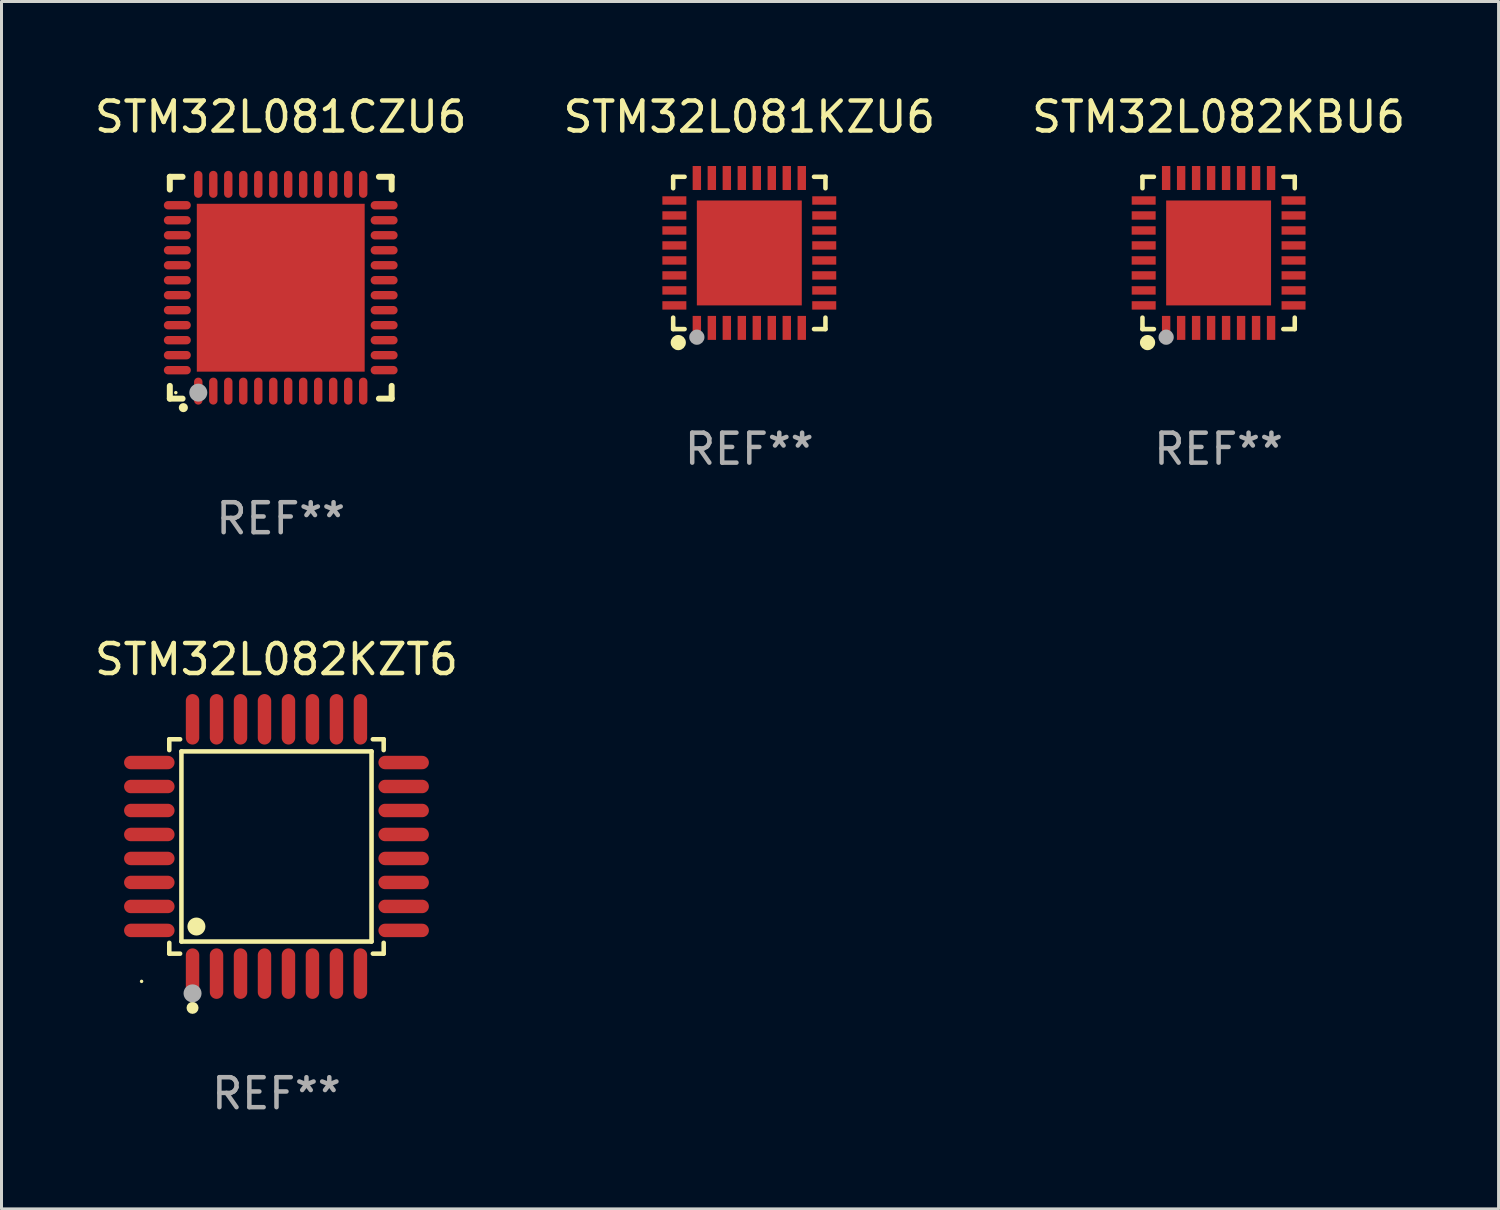
<source format=kicad_pcb>
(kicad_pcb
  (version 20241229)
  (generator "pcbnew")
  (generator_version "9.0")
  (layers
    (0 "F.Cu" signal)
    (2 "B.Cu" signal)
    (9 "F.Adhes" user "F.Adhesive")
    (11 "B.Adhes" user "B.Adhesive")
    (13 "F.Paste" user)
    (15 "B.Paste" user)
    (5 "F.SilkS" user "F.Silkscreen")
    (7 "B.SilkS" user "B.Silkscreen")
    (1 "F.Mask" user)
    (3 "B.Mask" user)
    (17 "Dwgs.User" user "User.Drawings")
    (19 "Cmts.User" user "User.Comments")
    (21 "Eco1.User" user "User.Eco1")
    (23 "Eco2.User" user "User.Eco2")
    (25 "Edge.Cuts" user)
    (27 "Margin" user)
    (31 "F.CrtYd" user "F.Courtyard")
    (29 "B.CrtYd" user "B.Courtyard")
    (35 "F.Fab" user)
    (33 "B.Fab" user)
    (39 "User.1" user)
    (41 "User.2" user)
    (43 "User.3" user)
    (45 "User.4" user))
  (footprint "STM32L082KZT6"
    (layer "F.Cu")
    (at 6.173 25.187)
    (property "Reference" "STM32L082KZT6" (at 0 -6.242 0) (layer "F.SilkS") (effects (font (size 1 1) (thickness 0.15))))
    (attr through_hole)
    (fp_line (start -3.576 -3.576) (end -3.215 -3.576) (stroke (width 0.152) (type solid)) (layer "F.SilkS"))
    (fp_line (start -3.576 -3.215) (end -3.576 -3.576) (stroke (width 0.152) (type solid)) (layer "F.SilkS"))
    (fp_line (start -3.576 3.215) (end -3.576 3.576) (stroke (width 0.152) (type solid)) (layer "F.SilkS"))
    (fp_line (start -3.576 3.576) (end -3.215 3.576) (stroke (width 0.152) (type solid)) (layer "F.SilkS"))
    (fp_line (start -3.171 -3.171) (end 3.171 -3.171) (stroke (width 0.152) (type solid)) (layer "F.SilkS"))
    (fp_line (start -3.171 3.171) (end -3.171 -3.171) (stroke (width 0.152) (type solid)) (layer "F.SilkS"))
    (fp_line (start 3.171 -3.171) (end 3.171 3.171) (stroke (width 0.152) (type solid)) (layer "F.SilkS"))
    (fp_line (start 3.171 3.171) (end -3.171 3.171) (stroke (width 0.152) (type solid)) (layer "F.SilkS"))
    (fp_line (start 3.576 -3.576) (end 3.215 -3.576) (stroke (width 0.152) (type solid)) (layer "F.SilkS"))
    (fp_line (start 3.576 -3.215) (end 3.576 -3.576) (stroke (width 0.152) (type solid)) (layer "F.SilkS"))
    (fp_line (start 3.576 3.215) (end 3.576 3.576) (stroke (width 0.152) (type solid)) (layer "F.SilkS"))
    (fp_line (start 3.576 3.576) (end 3.215 3.576) (stroke (width 0.152) (type solid)) (layer "F.SilkS"))
    (fp_circle (center -4.5 4.5) (end -4.47 4.5) (stroke (width 0.06) (type solid)) (fill no) (layer "F.SilkS"))
    (fp_circle (center -2.8 5.384) (end -2.7 5.384) (stroke (width 0.2) (type solid)) (fill no) (layer "F.SilkS"))
    (fp_circle (center -2.671 2.671) (end -2.521 2.671) (stroke (width 0.3) (type solid)) (fill no) (layer "F.SilkS"))
    (fp_circle (center -2.8 4.9) (end -2.65 4.9) (stroke (width 0.3) (type solid)) (fill no) (layer "F.Fab"))
    (fp_text user "REF**" (at 0 8.242 0) (layer "F.Fab") (effects (font (size 1 1) (thickness 0.15))))
    (pad "1" smd oval (at -2.8 4.242) (size 0.448 1.684) (layers "F.Cu" "F.Mask" "F.Paste"))
    (pad "2" smd oval (at -2 4.242) (size 0.448 1.684) (layers "F.Cu" "F.Mask" "F.Paste"))
    (pad "3" smd oval (at -1.2 4.242) (size 0.448 1.684) (layers "F.Cu" "F.Mask" "F.Paste"))
    (pad "4" smd oval (at -0.4 4.242) (size 0.448 1.684) (layers "F.Cu" "F.Mask" "F.Paste"))
    (pad "5" smd oval (at 0.4 4.242) (size 0.448 1.684) (layers "F.Cu" "F.Mask" "F.Paste"))
    (pad "6" smd oval (at 1.2 4.242) (size 0.448 1.684) (layers "F.Cu" "F.Mask" "F.Paste"))
    (pad "7" smd oval (at 2 4.242) (size 0.448 1.684) (layers "F.Cu" "F.Mask" "F.Paste"))
    (pad "8" smd oval (at 2.8 4.242) (size 0.448 1.684) (layers "F.Cu" "F.Mask" "F.Paste"))
    (pad "9" smd oval (at 4.242 2.8) (size 1.684 0.448) (layers "F.Cu" "F.Mask" "F.Paste"))
    (pad "10" smd oval (at 4.242 2) (size 1.684 0.448) (layers "F.Cu" "F.Mask" "F.Paste"))
    (pad "11" smd oval (at 4.242 1.2) (size 1.684 0.448) (layers "F.Cu" "F.Mask" "F.Paste"))
    (pad "12" smd oval (at 4.242 0.4) (size 1.684 0.448) (layers "F.Cu" "F.Mask" "F.Paste"))
    (pad "13" smd oval (at 4.242 -0.4) (size 1.684 0.448) (layers "F.Cu" "F.Mask" "F.Paste"))
    (pad "14" smd oval (at 4.242 -1.2) (size 1.684 0.448) (layers "F.Cu" "F.Mask" "F.Paste"))
    (pad "15" smd oval (at 4.242 -2) (size 1.684 0.448) (layers "F.Cu" "F.Mask" "F.Paste"))
    (pad "16" smd oval (at 4.242 -2.8) (size 1.684 0.448) (layers "F.Cu" "F.Mask" "F.Paste"))
    (pad "17" smd oval (at 2.8 -4.242) (size 0.448 1.684) (layers "F.Cu" "F.Mask" "F.Paste"))
    (pad "18" smd oval (at 2 -4.242) (size 0.448 1.684) (layers "F.Cu" "F.Mask" "F.Paste"))
    (pad "19" smd oval (at 1.2 -4.242) (size 0.448 1.684) (layers "F.Cu" "F.Mask" "F.Paste"))
    (pad "20" smd oval (at 0.4 -4.242) (size 0.448 1.684) (layers "F.Cu" "F.Mask" "F.Paste"))
    (pad "21" smd oval (at -0.4 -4.242) (size 0.448 1.684) (layers "F.Cu" "F.Mask" "F.Paste"))
    (pad "22" smd oval (at -1.2 -4.242) (size 0.448 1.684) (layers "F.Cu" "F.Mask" "F.Paste"))
    (pad "23" smd oval (at -2 -4.242) (size 0.448 1.684) (layers "F.Cu" "F.Mask" "F.Paste"))
    (pad "24" smd oval (at -2.8 -4.242) (size 0.448 1.684) (layers "F.Cu" "F.Mask" "F.Paste"))
    (pad "25" smd oval (at -4.242 -2.8) (size 1.684 0.448) (layers "F.Cu" "F.Mask" "F.Paste"))
    (pad "26" smd oval (at -4.242 -2) (size 1.684 0.448) (layers "F.Cu" "F.Mask" "F.Paste"))
    (pad "27" smd oval (at -4.242 -1.2) (size 1.684 0.448) (layers "F.Cu" "F.Mask" "F.Paste"))
    (pad "28" smd oval (at -4.242 -0.4) (size 1.684 0.448) (layers "F.Cu" "F.Mask" "F.Paste"))
    (pad "29" smd oval (at -4.242 0.4) (size 1.684 0.448) (layers "F.Cu" "F.Mask" "F.Paste"))
    (pad "30" smd oval (at -4.242 1.2) (size 1.684 0.448) (layers "F.Cu" "F.Mask" "F.Paste"))
    (pad "31" smd oval (at -4.242 2) (size 1.684 0.448) (layers "F.Cu" "F.Mask" "F.Paste"))
    (pad "32" smd oval (at -4.242 2.8) (size 1.684 0.448) (layers "F.Cu" "F.Mask" "F.Paste")))
  (footprint "STM32L082KBU6"
    (layer "F.Cu")
    (at 37.601 5.388)
    (property "Reference" "STM32L082KBU6" (at 0 -4.54 0) (layer "F.SilkS") (effects (font (size 1 1) (thickness 0.15))))
    (attr through_hole)
    (fp_line (start -2.54 -2.54) (end -2.159 -2.54) (stroke (width 0.152) (type solid)) (layer "F.SilkS"))
    (fp_line (start -2.54 -2.159) (end -2.54 -2.54) (stroke (width 0.152) (type solid)) (layer "F.SilkS"))
    (fp_line (start -2.54 2.54) (end -2.54 2.159) (stroke (width 0.152) (type solid)) (layer "F.SilkS"))
    (fp_line (start -2.159 2.54) (end -2.54 2.54) (stroke (width 0.152) (type solid)) (layer "F.SilkS"))
    (fp_line (start 2.159 -2.54) (end 2.54 -2.54) (stroke (width 0.152) (type solid)) (layer "F.SilkS"))
    (fp_line (start 2.54 -2.54) (end 2.54 -2.159) (stroke (width 0.152) (type solid)) (layer "F.SilkS"))
    (fp_line (start 2.54 2.159) (end 2.54 2.54) (stroke (width 0.152) (type solid)) (layer "F.SilkS"))
    (fp_line (start 2.54 2.54) (end 2.159 2.54) (stroke (width 0.152) (type solid)) (layer "F.SilkS"))
    (fp_circle (center -2.5 2.5) (end -2.47 2.5) (stroke (width 0.06) (type solid)) (fill no) (layer "F.SilkS"))
    (fp_circle (center -2.37 2.99) (end -2.243 2.99) (stroke (width 0.254) (type solid)) (fill no) (layer "F.SilkS"))
    (fp_circle (center -1.75 2.81) (end -1.623 2.81) (stroke (width 0.254) (type solid)) (fill no) (layer "F.Fab"))
    (fp_text user "REF**" (at 0 6.54 0) (layer "F.Fab") (effects (font (size 1 1) (thickness 0.15))))
    (pad "1" smd rect (at -1.75 2.5) (size 0.28 0.8) (layers "F.Cu" "F.Mask" "F.Paste"))
    (pad "2" smd rect (at -1.25 2.5) (size 0.28 0.8) (layers "F.Cu" "F.Mask" "F.Paste"))
    (pad "3" smd rect (at -0.75 2.5) (size 0.28 0.8) (layers "F.Cu" "F.Mask" "F.Paste"))
    (pad "4" smd rect (at -0.25 2.5) (size 0.28 0.8) (layers "F.Cu" "F.Mask" "F.Paste"))
    (pad "5" smd rect (at 0.25 2.5) (size 0.28 0.8) (layers "F.Cu" "F.Mask" "F.Paste"))
    (pad "6" smd rect (at 0.75 2.5) (size 0.28 0.8) (layers "F.Cu" "F.Mask" "F.Paste"))
    (pad "7" smd rect (at 1.25 2.5) (size 0.28 0.8) (layers "F.Cu" "F.Mask" "F.Paste"))
    (pad "8" smd rect (at 1.75 2.5) (size 0.28 0.8) (layers "F.Cu" "F.Mask" "F.Paste"))
    (pad "9" smd rect (at 2.5 1.75) (size 0.8 0.28) (layers "F.Cu" "F.Mask" "F.Paste"))
    (pad "10" smd rect (at 2.5 1.25) (size 0.8 0.28) (layers "F.Cu" "F.Mask" "F.Paste"))
    (pad "11" smd rect (at 2.5 0.75) (size 0.8 0.28) (layers "F.Cu" "F.Mask" "F.Paste"))
    (pad "12" smd rect (at 2.5 0.25) (size 0.8 0.28) (layers "F.Cu" "F.Mask" "F.Paste"))
    (pad "13" smd rect (at 2.5 -0.25) (size 0.8 0.28) (layers "F.Cu" "F.Mask" "F.Paste"))
    (pad "14" smd rect (at 2.5 -0.75) (size 0.8 0.28) (layers "F.Cu" "F.Mask" "F.Paste"))
    (pad "15" smd rect (at 2.5 -1.25) (size 0.8 0.28) (layers "F.Cu" "F.Mask" "F.Paste"))
    (pad "16" smd rect (at 2.5 -1.75) (size 0.8 0.28) (layers "F.Cu" "F.Mask" "F.Paste"))
    (pad "17" smd rect (at 1.75 -2.5) (size 0.28 0.8) (layers "F.Cu" "F.Mask" "F.Paste"))
    (pad "18" smd rect (at 1.25 -2.5) (size 0.28 0.8) (layers "F.Cu" "F.Mask" "F.Paste"))
    (pad "19" smd rect (at 0.75 -2.5) (size 0.28 0.8) (layers "F.Cu" "F.Mask" "F.Paste"))
    (pad "20" smd rect (at 0.25 -2.5) (size 0.28 0.8) (layers "F.Cu" "F.Mask" "F.Paste"))
    (pad "21" smd rect (at -0.25 -2.5) (size 0.28 0.8) (layers "F.Cu" "F.Mask" "F.Paste"))
    (pad "22" smd rect (at -0.75 -2.5) (size 0.28 0.8) (layers "F.Cu" "F.Mask" "F.Paste"))
    (pad "23" smd rect (at -1.25 -2.5) (size 0.28 0.8) (layers "F.Cu" "F.Mask" "F.Paste"))
    (pad "24" smd rect (at -1.75 -2.5) (size 0.28 0.8) (layers "F.Cu" "F.Mask" "F.Paste"))
    (pad "25" smd rect (at -2.5 -1.75) (size 0.8 0.28) (layers "F.Cu" "F.Mask" "F.Paste"))
    (pad "26" smd rect (at -2.5 -1.25) (size 0.8 0.28) (layers "F.Cu" "F.Mask" "F.Paste"))
    (pad "27" smd rect (at -2.5 -0.75) (size 0.8 0.28) (layers "F.Cu" "F.Mask" "F.Paste"))
    (pad "28" smd rect (at -2.5 -0.25) (size 0.8 0.28) (layers "F.Cu" "F.Mask" "F.Paste"))
    (pad "29" smd rect (at -2.5 0.25) (size 0.8 0.28) (layers "F.Cu" "F.Mask" "F.Paste"))
    (pad "30" smd rect (at -2.5 0.75) (size 0.8 0.28) (layers "F.Cu" "F.Mask" "F.Paste"))
    (pad "31" smd rect (at -2.5 1.25) (size 0.8 0.28) (layers "F.Cu" "F.Mask" "F.Paste"))
    (pad "32" smd rect (at -2.5 1.75) (size 0.8 0.28) (layers "F.Cu" "F.Mask" "F.Paste"))
    (pad "33" smd rect (at 0.000127 0.000127) (size 3.5 3.5) (layers "F.Cu" "F.Mask" "F.Paste")))
  (footprint "STM32L081CZU6"
    (layer "F.Cu")
    (at 6.315 6.548)
    (property "Reference" "STM32L081CZU6" (at 0 -5.7 0) (layer "F.SilkS") (effects (font (size 1 1) (thickness 0.15))))
    (attr through_hole)
    (fp_line (start -3.7 -3.7) (end -3.275 -3.7) (stroke (width 0.2) (type solid)) (layer "F.SilkS"))
    (fp_line (start -3.7 -3.275) (end -3.7 -3.7) (stroke (width 0.2) (type solid)) (layer "F.SilkS"))
    (fp_line (start -3.7 3.7) (end -3.7 3.275) (stroke (width 0.2) (type solid)) (layer "F.SilkS"))
    (fp_line (start -3.275 3.7) (end -3.7 3.7) (stroke (width 0.2) (type solid)) (layer "F.SilkS"))
    (fp_line (start 3.7 -3.7) (end 3.275 -3.7) (stroke (width 0.2) (type solid)) (layer "F.SilkS"))
    (fp_line (start 3.7 -3.275) (end 3.7 -3.7) (stroke (width 0.2) (type solid)) (layer "F.SilkS"))
    (fp_line (start 3.7 3.275) (end 3.7 3.7) (stroke (width 0.2) (type solid)) (layer "F.SilkS"))
    (fp_line (start 3.7 3.7) (end 3.275 3.7) (stroke (width 0.2) (type solid)) (layer "F.SilkS"))
    (fp_arc (start -3.249936 3.999975) (mid -3.248666 3.99997) (end -3.247396 3.999975) (stroke (width 0.3) (type solid)) (layer "F.SilkS"))
    (fp_circle (center -3.5 3.5) (end -3.47 3.5) (stroke (width 0.06) (type solid)) (fill no) (layer "F.SilkS"))
    (fp_circle (center -2.75 3.5) (end -2.6 3.5) (stroke (width 0.3) (type solid)) (fill no) (layer "F.Fab"))
    (fp_text user "REF**" (at 0 7.7 0) (layer "F.Fab") (effects (font (size 1 1) (thickness 0.15))))
    (pad "1" smd oval (at -2.751 3.449) (size 0.28 0.9) (layers "F.Cu" "F.Mask" "F.Paste"))
    (pad "2" smd oval (at -2.25 3.449) (size 0.28 0.9) (layers "F.Cu" "F.Mask" "F.Paste"))
    (pad "3" smd oval (at -1.75 3.449) (size 0.28 0.9) (layers "F.Cu" "F.Mask" "F.Paste"))
    (pad "4" smd oval (at -1.25 3.449) (size 0.28 0.9) (layers "F.Cu" "F.Mask" "F.Paste"))
    (pad "5" smd oval (at -0.749 3.449) (size 0.28 0.9) (layers "F.Cu" "F.Mask" "F.Paste"))
    (pad "6" smd oval (at -0.249 3.449) (size 0.28 0.9) (layers "F.Cu" "F.Mask" "F.Paste"))
    (pad "7" smd oval (at 0.249 3.449) (size 0.28 0.9) (layers "F.Cu" "F.Mask" "F.Paste"))
    (pad "8" smd oval (at 0.749 3.449) (size 0.28 0.9) (layers "F.Cu" "F.Mask" "F.Paste"))
    (pad "9" smd oval (at 1.25 3.449) (size 0.28 0.9) (layers "F.Cu" "F.Mask" "F.Paste"))
    (pad "10" smd oval (at 1.75 3.449) (size 0.28 0.9) (layers "F.Cu" "F.Mask" "F.Paste"))
    (pad "11" smd oval (at 2.251 3.449) (size 0.28 0.9) (layers "F.Cu" "F.Mask" "F.Paste"))
    (pad "12" smd oval (at 2.751 3.449) (size 0.28 0.9) (layers "F.Cu" "F.Mask" "F.Paste"))
    (pad "13" smd oval (at 3.449 2.75) (size 0.9 0.28) (layers "F.Cu" "F.Mask" "F.Paste"))
    (pad "14" smd oval (at 3.449 2.25) (size 0.9 0.28) (layers "F.Cu" "F.Mask" "F.Paste"))
    (pad "15" smd oval (at 3.449 1.75) (size 0.9 0.28) (layers "F.Cu" "F.Mask" "F.Paste"))
    (pad "16" smd oval (at 3.449 1.25) (size 0.9 0.28) (layers "F.Cu" "F.Mask" "F.Paste"))
    (pad "17" smd oval (at 3.449 0.75) (size 0.9 0.28) (layers "F.Cu" "F.Mask" "F.Paste"))
    (pad "18" smd oval (at 3.449 0.25) (size 0.9 0.28) (layers "F.Cu" "F.Mask" "F.Paste"))
    (pad "19" smd oval (at 3.449 -0.25) (size 0.9 0.28) (layers "F.Cu" "F.Mask" "F.Paste"))
    (pad "20" smd oval (at 3.449 -0.75) (size 0.9 0.28) (layers "F.Cu" "F.Mask" "F.Paste"))
    (pad "21" smd oval (at 3.449 -1.25) (size 0.9 0.28) (layers "F.Cu" "F.Mask" "F.Paste"))
    (pad "22" smd oval (at 3.449 -1.75) (size 0.9 0.28) (layers "F.Cu" "F.Mask" "F.Paste"))
    (pad "23" smd oval (at 3.449 -2.25) (size 0.9 0.28) (layers "F.Cu" "F.Mask" "F.Paste"))
    (pad "24" smd oval (at 3.449 -2.75) (size 0.9 0.28) (layers "F.Cu" "F.Mask" "F.Paste"))
    (pad "25" smd oval (at 2.751 -3.449) (size 0.28 0.9) (layers "F.Cu" "F.Mask" "F.Paste"))
    (pad "26" smd oval (at 2.251 -3.449) (size 0.28 0.9) (layers "F.Cu" "F.Mask" "F.Paste"))
    (pad "27" smd oval (at 1.75 -3.449) (size 0.28 0.9) (layers "F.Cu" "F.Mask" "F.Paste"))
    (pad "28" smd oval (at 1.25 -3.449) (size 0.28 0.9) (layers "F.Cu" "F.Mask" "F.Paste"))
    (pad "29" smd oval (at 0.749 -3.449) (size 0.28 0.9) (layers "F.Cu" "F.Mask" "F.Paste"))
    (pad "30" smd oval (at 0.249 -3.449) (size 0.28 0.9) (layers "F.Cu" "F.Mask" "F.Paste"))
    (pad "31" smd oval (at -0.249 -3.449) (size 0.28 0.9) (layers "F.Cu" "F.Mask" "F.Paste"))
    (pad "32" smd oval (at -0.749 -3.449) (size 0.28 0.9) (layers "F.Cu" "F.Mask" "F.Paste"))
    (pad "33" smd oval (at -1.25 -3.449) (size 0.28 0.9) (layers "F.Cu" "F.Mask" "F.Paste"))
    (pad "34" smd oval (at -1.75 -3.449) (size 0.28 0.9) (layers "F.Cu" "F.Mask" "F.Paste"))
    (pad "35" smd oval (at -2.25 -3.449) (size 0.28 0.9) (layers "F.Cu" "F.Mask" "F.Paste"))
    (pad "36" smd oval (at -2.751 -3.449) (size 0.28 0.9) (layers "F.Cu" "F.Mask" "F.Paste"))
    (pad "37" smd oval (at -3.449 -2.751) (size 0.9 0.28) (layers "F.Cu" "F.Mask" "F.Paste"))
    (pad "38" smd oval (at -3.449 -2.25) (size 0.9 0.28) (layers "F.Cu" "F.Mask" "F.Paste"))
    (pad "39" smd oval (at -3.449 -1.75) (size 0.9 0.28) (layers "F.Cu" "F.Mask" "F.Paste"))
    (pad "40" smd oval (at -3.449 -1.25) (size 0.9 0.28) (layers "F.Cu" "F.Mask" "F.Paste"))
    (pad "41" smd oval (at -3.449 -0.749) (size 0.9 0.28) (layers "F.Cu" "F.Mask" "F.Paste"))
    (pad "42" smd oval (at -3.449 -0.249) (size 0.9 0.28) (layers "F.Cu" "F.Mask" "F.Paste"))
    (pad "43" smd oval (at -3.449 0.249) (size 0.9 0.28) (layers "F.Cu" "F.Mask" "F.Paste"))
    (pad "44" smd oval (at -3.449 0.749) (size 0.9 0.28) (layers "F.Cu" "F.Mask" "F.Paste"))
    (pad "45" smd oval (at -3.449 1.25) (size 0.9 0.28) (layers "F.Cu" "F.Mask" "F.Paste"))
    (pad "46" smd oval (at -3.449 1.75) (size 0.9 0.28) (layers "F.Cu" "F.Mask" "F.Paste"))
    (pad "47" smd oval (at -3.449 2.25) (size 0.9 0.28) (layers "F.Cu" "F.Mask" "F.Paste"))
    (pad "48" smd oval (at -3.449 2.751) (size 0.9 0.28) (layers "F.Cu" "F.Mask" "F.Paste"))
    (pad "49" smd rect (at 0.000076 -0.000025) (size 5.6 5.6) (layers "F.Cu" "F.Mask" "F.Paste")))
  (footprint "STM32L081KZU6"
    (layer "F.Cu")
    (at 21.946 5.388)
    (property "Reference" "STM32L081KZU6" (at 0 -4.54 0) (layer "F.SilkS") (effects (font (size 1 1) (thickness 0.15))))
    (attr through_hole)
    (fp_line (start -2.54 -2.54) (end -2.159 -2.54) (stroke (width 0.152) (type solid)) (layer "F.SilkS"))
    (fp_line (start -2.54 -2.159) (end -2.54 -2.54) (stroke (width 0.152) (type solid)) (layer "F.SilkS"))
    (fp_line (start -2.54 2.54) (end -2.54 2.159) (stroke (width 0.152) (type solid)) (layer "F.SilkS"))
    (fp_line (start -2.159 2.54) (end -2.54 2.54) (stroke (width 0.152) (type solid)) (layer "F.SilkS"))
    (fp_line (start 2.159 -2.54) (end 2.54 -2.54) (stroke (width 0.152) (type solid)) (layer "F.SilkS"))
    (fp_line (start 2.54 -2.54) (end 2.54 -2.159) (stroke (width 0.152) (type solid)) (layer "F.SilkS"))
    (fp_line (start 2.54 2.159) (end 2.54 2.54) (stroke (width 0.152) (type solid)) (layer "F.SilkS"))
    (fp_line (start 2.54 2.54) (end 2.159 2.54) (stroke (width 0.152) (type solid)) (layer "F.SilkS"))
    (fp_circle (center -2.5 2.5) (end -2.47 2.5) (stroke (width 0.06) (type solid)) (fill no) (layer "F.SilkS"))
    (fp_circle (center -2.37 2.99) (end -2.243 2.99) (stroke (width 0.254) (type solid)) (fill no) (layer "F.SilkS"))
    (fp_circle (center -1.75 2.81) (end -1.623 2.81) (stroke (width 0.254) (type solid)) (fill no) (layer "F.Fab"))
    (fp_text user "REF**" (at 0 6.54 0) (layer "F.Fab") (effects (font (size 1 1) (thickness 0.15))))
    (pad "1" smd rect (at -1.75 2.5) (size 0.28 0.8) (layers "F.Cu" "F.Mask" "F.Paste"))
    (pad "2" smd rect (at -1.25 2.5) (size 0.28 0.8) (layers "F.Cu" "F.Mask" "F.Paste"))
    (pad "3" smd rect (at -0.75 2.5) (size 0.28 0.8) (layers "F.Cu" "F.Mask" "F.Paste"))
    (pad "4" smd rect (at -0.25 2.5) (size 0.28 0.8) (layers "F.Cu" "F.Mask" "F.Paste"))
    (pad "5" smd rect (at 0.25 2.5) (size 0.28 0.8) (layers "F.Cu" "F.Mask" "F.Paste"))
    (pad "6" smd rect (at 0.75 2.5) (size 0.28 0.8) (layers "F.Cu" "F.Mask" "F.Paste"))
    (pad "7" smd rect (at 1.25 2.5) (size 0.28 0.8) (layers "F.Cu" "F.Mask" "F.Paste"))
    (pad "8" smd rect (at 1.75 2.5) (size 0.28 0.8) (layers "F.Cu" "F.Mask" "F.Paste"))
    (pad "9" smd rect (at 2.5 1.75) (size 0.8 0.28) (layers "F.Cu" "F.Mask" "F.Paste"))
    (pad "10" smd rect (at 2.5 1.25) (size 0.8 0.28) (layers "F.Cu" "F.Mask" "F.Paste"))
    (pad "11" smd rect (at 2.5 0.75) (size 0.8 0.28) (layers "F.Cu" "F.Mask" "F.Paste"))
    (pad "12" smd rect (at 2.5 0.25) (size 0.8 0.28) (layers "F.Cu" "F.Mask" "F.Paste"))
    (pad "13" smd rect (at 2.5 -0.25) (size 0.8 0.28) (layers "F.Cu" "F.Mask" "F.Paste"))
    (pad "14" smd rect (at 2.5 -0.75) (size 0.8 0.28) (layers "F.Cu" "F.Mask" "F.Paste"))
    (pad "15" smd rect (at 2.5 -1.25) (size 0.8 0.28) (layers "F.Cu" "F.Mask" "F.Paste"))
    (pad "16" smd rect (at 2.5 -1.75) (size 0.8 0.28) (layers "F.Cu" "F.Mask" "F.Paste"))
    (pad "17" smd rect (at 1.75 -2.5) (size 0.28 0.8) (layers "F.Cu" "F.Mask" "F.Paste"))
    (pad "18" smd rect (at 1.25 -2.5) (size 0.28 0.8) (layers "F.Cu" "F.Mask" "F.Paste"))
    (pad "19" smd rect (at 0.75 -2.5) (size 0.28 0.8) (layers "F.Cu" "F.Mask" "F.Paste"))
    (pad "20" smd rect (at 0.25 -2.5) (size 0.28 0.8) (layers "F.Cu" "F.Mask" "F.Paste"))
    (pad "21" smd rect (at -0.25 -2.5) (size 0.28 0.8) (layers "F.Cu" "F.Mask" "F.Paste"))
    (pad "22" smd rect (at -0.75 -2.5) (size 0.28 0.8) (layers "F.Cu" "F.Mask" "F.Paste"))
    (pad "23" smd rect (at -1.25 -2.5) (size 0.28 0.8) (layers "F.Cu" "F.Mask" "F.Paste"))
    (pad "24" smd rect (at -1.75 -2.5) (size 0.28 0.8) (layers "F.Cu" "F.Mask" "F.Paste"))
    (pad "25" smd rect (at -2.5 -1.75) (size 0.8 0.28) (layers "F.Cu" "F.Mask" "F.Paste"))
    (pad "26" smd rect (at -2.5 -1.25) (size 0.8 0.28) (layers "F.Cu" "F.Mask" "F.Paste"))
    (pad "27" smd rect (at -2.5 -0.75) (size 0.8 0.28) (layers "F.Cu" "F.Mask" "F.Paste"))
    (pad "28" smd rect (at -2.5 -0.25) (size 0.8 0.28) (layers "F.Cu" "F.Mask" "F.Paste"))
    (pad "29" smd rect (at -2.5 0.25) (size 0.8 0.28) (layers "F.Cu" "F.Mask" "F.Paste"))
    (pad "30" smd rect (at -2.5 0.75) (size 0.8 0.28) (layers "F.Cu" "F.Mask" "F.Paste"))
    (pad "31" smd rect (at -2.5 1.25) (size 0.8 0.28) (layers "F.Cu" "F.Mask" "F.Paste"))
    (pad "32" smd rect (at -2.5 1.75) (size 0.8 0.28) (layers "F.Cu" "F.Mask" "F.Paste"))
    (pad "33" smd rect (at 0.000127 0.000127) (size 3.5 3.5) (layers "F.Cu" "F.Mask" "F.Paste")))
  (gr_rect
    (start -3 -3)
    (end 46.94 37.277)
    (stroke (width 0.1) (type default))
    (fill no)
    (layer "Edge.Cuts")))
</source>
